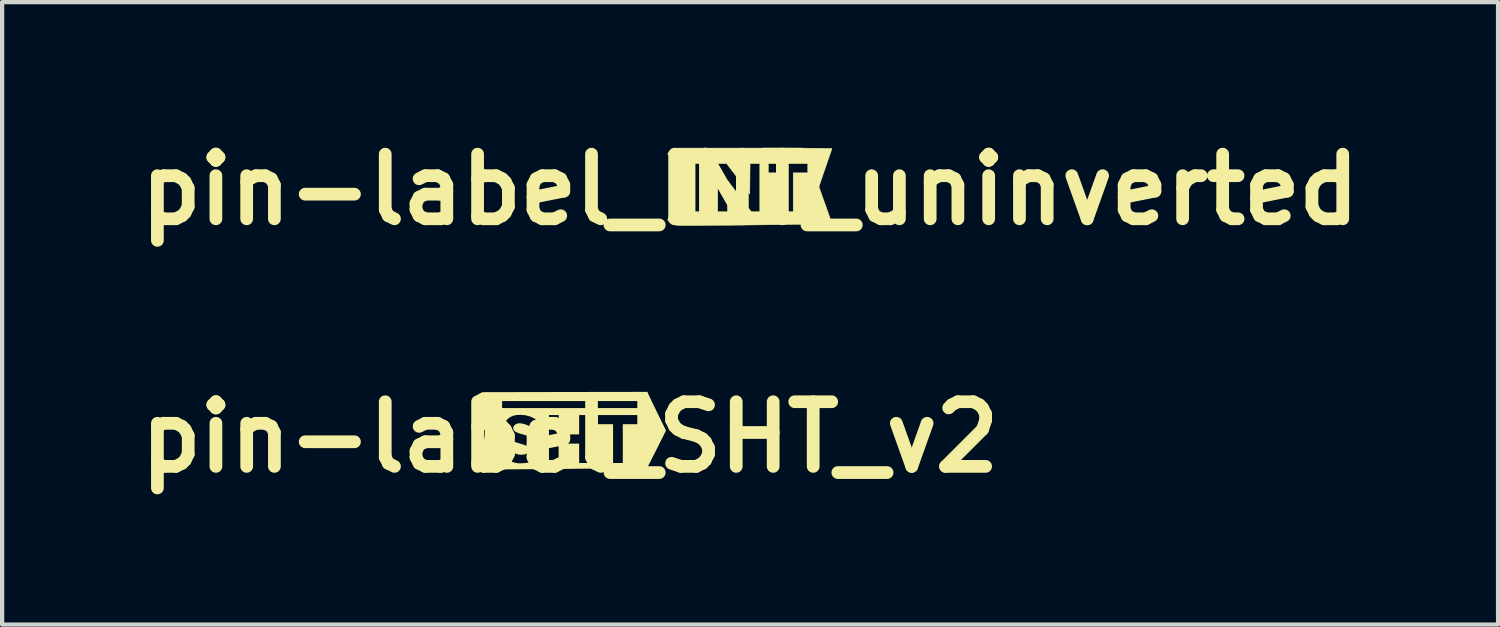
<source format=kicad_pcb>
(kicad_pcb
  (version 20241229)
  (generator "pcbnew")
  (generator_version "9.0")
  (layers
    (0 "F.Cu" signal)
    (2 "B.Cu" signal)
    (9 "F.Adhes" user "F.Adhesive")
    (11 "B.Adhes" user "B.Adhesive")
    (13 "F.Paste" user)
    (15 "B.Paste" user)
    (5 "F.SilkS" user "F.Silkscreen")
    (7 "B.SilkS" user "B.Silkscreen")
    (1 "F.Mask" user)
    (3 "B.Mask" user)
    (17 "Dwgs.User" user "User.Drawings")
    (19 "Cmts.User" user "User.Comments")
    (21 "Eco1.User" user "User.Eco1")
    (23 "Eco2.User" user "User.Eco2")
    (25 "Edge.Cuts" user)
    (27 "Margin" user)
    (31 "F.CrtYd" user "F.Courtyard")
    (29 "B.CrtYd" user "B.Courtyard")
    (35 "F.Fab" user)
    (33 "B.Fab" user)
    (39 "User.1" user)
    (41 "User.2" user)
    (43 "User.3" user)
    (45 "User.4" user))
  (footprint "pin-label_SHT_v2"
    (layer "F.Cu")
    (at 10.385 7.254)
    (property "Reference" "pin-label_SHT_v2" (at 0 0 0) (layer "F.SilkS") (effects (font (size 1.524 1.524) (thickness 0.3))))
    (attr through_hole)
    (fp_poly (pts (xy 1.843 -1.023) (xy 1.852 -1.002) (xy 1.872 -0.96) (xy 1.9 -0.902) (xy 1.934 -0.83) (xy 1.975 -0.746) (xy 2.02 -0.654) (xy 2.062 -0.567) (xy 2.264 -0.156) (xy 2.045 0.281) (xy 1.996 0.378) (xy 1.95 0.468) (xy 1.91 0.549) (xy 1.875 0.617) (xy 1.848 0.67) (xy 1.829 0.707) (xy 1.82 0.723) (xy 1.82 0.724) (xy 1.807 0.725) (xy 1.77 0.726) (xy 1.711 0.727) (xy 1.633 0.728) (xy 1.535 0.73) (xy 1.421 0.731) (xy 1.292 0.733) (xy 1.15 0.735) (xy 0.996 0.737) (xy 0.833 0.739) (xy 0.662 0.74) (xy 0.484 0.742) (xy 0.302 0.744) (xy 0.117 0.746) (xy -0.07 0.748) (xy -0.255 0.75) (xy -0.438 0.751) (xy -0.617 0.753) (xy -0.79 0.755) (xy -0.955 0.756) (xy -1.111 0.757) (xy -1.256 0.758) (xy -1.388 0.759) (xy -1.505 0.76) (xy -1.606 0.76) (xy -1.689 0.76) (xy -1.806 0.76) (xy -1.899 0.759) (xy -1.973 0.757) (xy -2.029 0.754) (xy -2.07 0.75) (xy -2.099 0.745) (xy -2.108 0.742) (xy -2.151 0.724) (xy -2.194 0.699) (xy -2.23 0.67) (xy -2.254 0.643) (xy -2.261 0.627) (xy -2.254 0.606) (xy -2.236 0.574) (xy -2.224 0.555) (xy -2.163 0.451) (xy -2.157 0.438) (xy -1.611 0.438) (xy -1.585 0.466) (xy -1.544 0.499) (xy -1.484 0.533) (xy -1.412 0.565) (xy -1.335 0.592) (xy -1.26 0.611) (xy -1.238 0.614) (xy -1.194 0.617) (xy -1.135 0.616) (xy -1.072 0.612) (xy -1.014 0.605) (xy -0.976 0.597) (xy -0.892 0.561) (xy -0.824 0.506) (xy -0.774 0.436) (xy -0.744 0.353) (xy -0.737 0.277) (xy -0.739 0.225) (xy -0.746 0.178) (xy -0.754 0.149) (xy -0.789 0.094) (xy -0.843 0.045) (xy -0.918 0.002) (xy -1.015 -0.037) (xy -1.102 -0.062) (xy -1.187 -0.087) (xy -1.251 -0.11) (xy -1.295 -0.134) (xy -1.322 -0.161) (xy -1.335 -0.192) (xy -1.338 -0.218) (xy -1.326 -0.26) (xy -1.293 -0.295) (xy -1.245 -0.32) (xy -1.222 -0.325) (xy -1.171 -0.327) (xy -1.107 -0.316) (xy -1.038 -0.296) (xy -0.974 -0.268) (xy -0.949 -0.254) (xy -0.889 -0.217) (xy -0.857 -0.261) (xy -0.828 -0.302) (xy -0.797 -0.344) (xy -0.794 -0.348) (xy -0.762 -0.391) (xy -0.823 -0.43) (xy -0.93 -0.484) (xy -1.047 -0.515) (xy -1.108 -0.521) (xy -0.495 -0.521) (xy -0.495 0.61) (xy -0.267 0.61) (xy -0.267 0.152) (xy 0.216 0.152) (xy 0.216 0.61) (xy 0.445 0.61) (xy 0.445 -0.521) (xy 0.66 -0.521) (xy 0.66 -0.305) (xy 1.016 -0.305) (xy 1.016 0.61) (xy 1.245 0.61) (xy 1.245 -0.305) (xy 1.587 -0.305) (xy 1.587 -0.521) (xy 0.66 -0.521) (xy 0.445 -0.521) (xy 0.216 -0.521) (xy 0.216 -0.064) (xy -0.267 -0.064) (xy -0.267 -0.521) (xy -0.495 -0.521) (xy -1.108 -0.521) (xy -1.162 -0.525) (xy -1.261 -0.521) (xy -1.342 -0.503) (xy -1.411 -0.472) (xy -1.459 -0.436) (xy -1.515 -0.374) (xy -1.552 -0.301) (xy -1.571 -0.224) (xy -1.569 -0.145) (xy -1.549 -0.071) (xy -1.508 -0.006) (xy -1.485 0.019) (xy -1.453 0.045) (xy -1.42 0.067) (xy -1.38 0.087) (xy -1.33 0.105) (xy -1.263 0.126) (xy -1.208 0.142) (xy -1.113 0.171) (xy -1.043 0.197) (xy -0.997 0.222) (xy -0.974 0.245) (xy -0.973 0.248) (xy -0.965 0.3) (xy -0.98 0.347) (xy -1.003 0.373) (xy -1.059 0.404) (xy -1.129 0.416) (xy -1.208 0.41) (xy -1.294 0.385) (xy -1.383 0.343) (xy -1.455 0.298) (xy -1.469 0.29) (xy -1.482 0.291) (xy -1.499 0.304) (xy -1.524 0.332) (xy -1.546 0.359) (xy -1.611 0.438) (xy -2.157 0.438) (xy -2.107 0.33) (xy -2.062 0.201) (xy -2.029 0.073) (xy -2.018 0.014) (xy -2.011 -0.068) (xy -2.009 -0.163) (xy -2.012 -0.262) (xy -2.02 -0.357) (xy -2.033 -0.439) (xy -2.04 -0.47) (xy -2.08 -0.594) (xy -2.135 -0.718) (xy -2.199 -0.831) (xy -2.204 -0.839) (xy -2.212 -0.851) (xy -1.6 -0.851) (xy -1.6 -0.686) (xy 1.587 -0.686) (xy 1.587 -0.851) (xy -1.6 -0.851) (xy -2.212 -0.851) (xy -2.265 -0.931) (xy -2.222 -0.968) (xy -2.182 -0.997) (xy -2.135 -1.025) (xy -2.121 -1.032) (xy -2.064 -1.06) (xy -0.119 -1.064) (xy 1.825 -1.067) (xy 1.843 -1.023)) (stroke (width 0) (type solid)) (fill yes) (layer "F.SilkS")))
  (footprint "pin-label_INT_uninverted"
    (layer "F.Cu")
    (at 14.63 1.418)
    (property "Reference" "pin-label_INT_uninverted" (at 0 0 0) (layer "F.SilkS") (effects (font (size 1.524 1.524) (thickness 0.3))))
    (attr through_hole)
    (fp_poly (pts (xy 0.311 -0.978) (xy 0.518 -0.978) (xy 0.716 -0.977) (xy 0.904 -0.977) (xy 1.081 -0.976) (xy 1.245 -0.976) (xy 1.395 -0.975) (xy 1.53 -0.974) (xy 1.647 -0.973) (xy 1.746 -0.972) (xy 1.825 -0.971) (xy 1.884 -0.97) (xy 1.919 -0.969) (xy 1.93 -0.968) (xy 1.926 -0.954) (xy 1.915 -0.918) (xy 1.897 -0.865) (xy 1.873 -0.795) (xy 1.845 -0.713) (xy 1.813 -0.62) (xy 1.779 -0.519) (xy 1.778 -0.518) (xy 1.743 -0.417) (xy 1.711 -0.324) (xy 1.683 -0.241) (xy 1.659 -0.171) (xy 1.641 -0.117) (xy 1.63 -0.082) (xy 1.625 -0.067) (xy 1.625 -0.067) (xy 1.63 -0.053) (xy 1.641 -0.018) (xy 1.66 0.035) (xy 1.684 0.104) (xy 1.713 0.186) (xy 1.746 0.278) (xy 1.78 0.372) (xy 1.815 0.471) (xy 1.847 0.562) (xy 1.875 0.643) (xy 1.898 0.711) (xy 1.915 0.763) (xy 1.925 0.796) (xy 1.927 0.808) (xy 1.914 0.809) (xy 1.877 0.81) (xy 1.818 0.811) (xy 1.739 0.813) (xy 1.642 0.814) (xy 1.529 0.816) (xy 1.4 0.818) (xy 1.258 0.82) (xy 1.105 0.822) (xy 0.943 0.824) (xy 0.773 0.826) (xy 0.596 0.829) (xy 0.415 0.831) (xy 0.232 0.833) (xy 0.048 0.835) (xy -0.135 0.837) (xy -0.315 0.839) (xy -0.491 0.841) (xy -0.66 0.843) (xy -0.822 0.844) (xy -0.973 0.846) (xy -1.114 0.847) (xy -1.24 0.848) (xy -1.352 0.849) (xy -1.447 0.849) (xy -1.523 0.85) (xy -1.562 0.85) (xy -1.639 0.849) (xy -1.696 0.846) (xy -1.739 0.841) (xy -1.774 0.833) (xy -1.798 0.825) (xy -1.844 0.802) (xy -1.888 0.772) (xy -1.903 0.758) (xy -1.944 0.716) (xy -1.887 0.621) (xy -1.809 0.468) (xy -1.747 0.3) (xy -1.725 0.22) (xy -1.707 0.122) (xy -1.697 0.009) (xy -1.695 -0.111) (xy -1.701 -0.229) (xy -1.714 -0.336) (xy -1.725 -0.387) (xy -1.751 -0.471) (xy -1.787 -0.565) (xy -1.807 -0.61) (xy -1.295 -0.61) (xy -1.295 0.521) (xy -1.067 0.521) (xy -1.067 -0.61) (xy -0.762 -0.61) (xy -0.762 0.521) (xy -0.534 0.521) (xy -0.53 0.155) (xy -0.527 -0.211) (xy -0.249 0.155) (xy 0.029 0.521) (xy 0.229 0.521) (xy 0.229 -0.61) (xy 0.432 -0.61) (xy 0.432 -0.394) (xy 0.787 -0.394) (xy 0.787 0.521) (xy 1.016 0.521) (xy 1.016 -0.394) (xy 1.359 -0.394) (xy 1.359 -0.61) (xy 0.432 -0.61) (xy 0.229 -0.61) (xy 0.114 -0.61) (xy 0.000395 -0.61) (xy -0.003 -0.251) (xy -0.006 0.107) (xy -0.552 -0.61) (xy -0.762 -0.61) (xy -1.067 -0.61) (xy -1.295 -0.61) (xy -1.807 -0.61) (xy -1.83 -0.658) (xy -1.874 -0.742) (xy -1.903 -0.787) (xy -1.943 -0.845) (xy -1.902 -0.879) (xy -1.865 -0.906) (xy -1.82 -0.934) (xy -1.798 -0.946) (xy -1.735 -0.978) (xy 0.098 -0.978) (xy 0.311 -0.978)) (stroke (width 0.01) (type solid)) (fill yes) (layer "F.SilkS")))
  (gr_rect
    (start -3 -3)
    (end 32.261 11.672)
    (stroke (width 0.1) (type default))
    (fill no)
    (layer "Edge.Cuts")))
</source>
